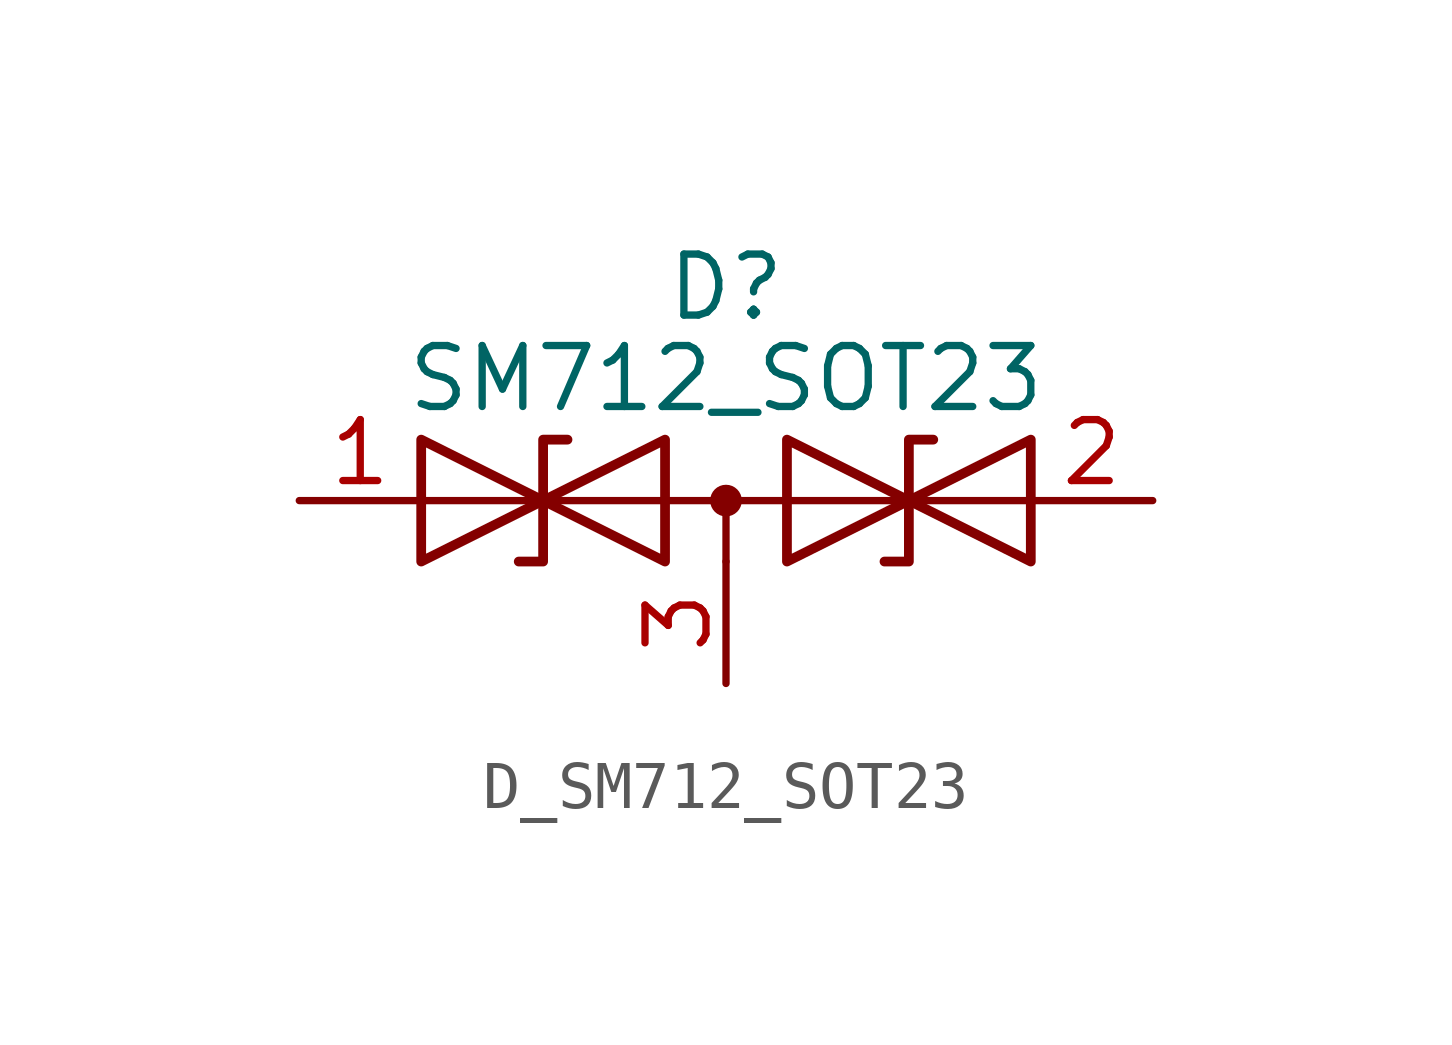
<source format=kicad_sym>
(kicad_symbol_lib
  (version 20220914)
  (generator kicad_symbol_editor)
  (symbol "D_SM712_SOT23"
    (pin_names
      (offset 1.016) hide)
    (property "Reference" "D"
      (at 0 4.445 0)
      (effects (font (size 1.27 1.27))))
    (property "Value" "SM712_SOT23"
      (at 0 2.54 0)
      (effects (font (size 1.27 1.27))))
    (symbol "D_SM712_SOT23_0_0"
      (polyline (pts (xy 0 -1.27) (xy 0 0)) (stroke (width 0) (type default)) (fill (type none))))
    (symbol "D_SM712_SOT23_0_1"
      (polyline (pts (xy -6.35 0) (xy 6.35 0)) (stroke (width 0) (type default)) (fill (type none)))
      (polyline (pts (xy -3.302 1.27) (xy -3.81 1.27) (xy -3.81 -1.27) (xy -4.318 -1.27)) (stroke (width 0.203) (type default)) (fill (type none)))
      (polyline (pts (xy 4.318 1.27) (xy 3.81 1.27) (xy 3.81 -1.27) (xy 3.302 -1.27)) (stroke (width 0.203) (type default)) (fill (type none)))
      (polyline (pts (xy -6.35 -1.27) (xy -1.27 1.27) (xy -1.27 -1.27) (xy -6.35 1.27) (xy -6.35 -1.27)) (stroke (width 0.203) (type default)) (fill (type none)))
      (polyline (pts (xy 1.27 -1.27) (xy 1.27 1.27) (xy 6.35 -1.27) (xy 6.35 1.27) (xy 1.27 -1.27)) (stroke (width 0.203) (type default)) (fill (type none)))
      (circle (center 0 0) (radius 0.254) (stroke (width 0) (type default)) (fill (type outline))))
    (symbol "D_SM712_SOT23_1_1"
      (pin passive line (at -8.89 0 0) (length 2.54) (name "A1" (effects (font (size 1.27 1.27)))) (number "1" (effects (font (size 1.27 1.27)))))
      (pin passive line (at 8.89 0 180) (length 2.54) (name "A2" (effects (font (size 1.27 1.27)))) (number "2" (effects (font (size 1.27 1.27)))))
      (pin input line (at 0 -3.81 90) (length 2.54) (name "common" (effects (font (size 1.27 1.27)))) (number "3" (effects (font (size 1.27 1.27))))))))
</source>
